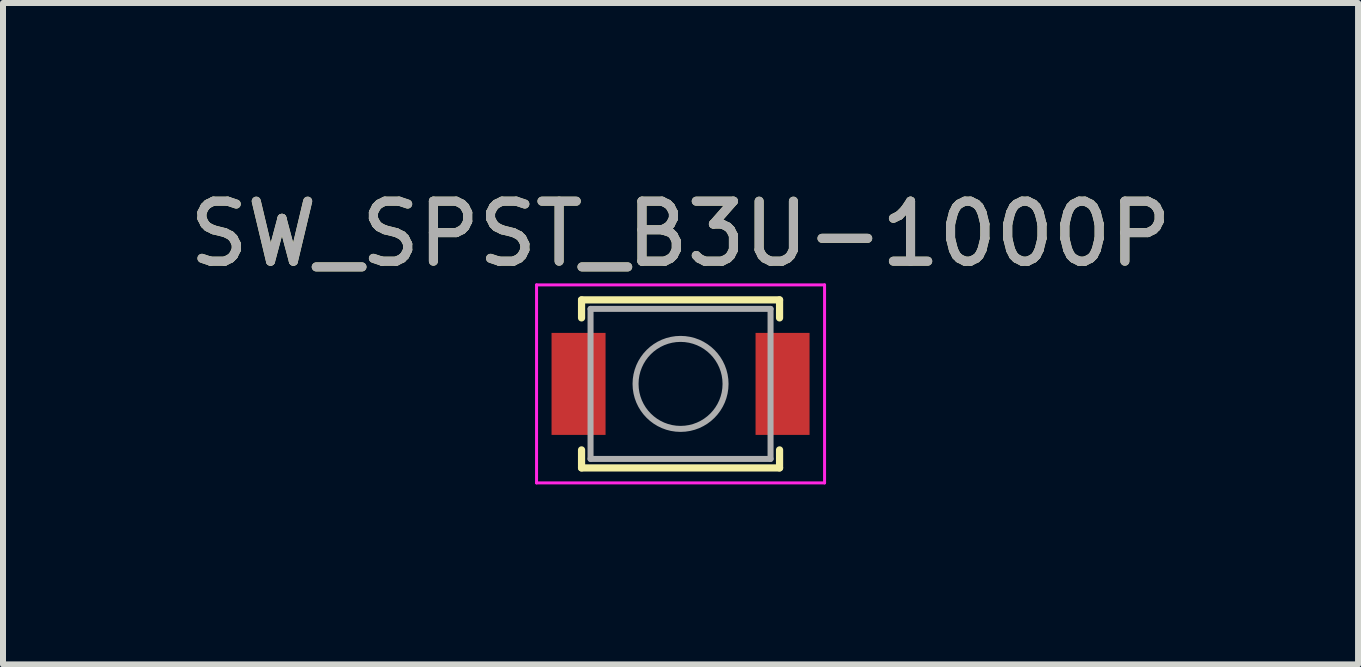
<source format=kicad_pcb>
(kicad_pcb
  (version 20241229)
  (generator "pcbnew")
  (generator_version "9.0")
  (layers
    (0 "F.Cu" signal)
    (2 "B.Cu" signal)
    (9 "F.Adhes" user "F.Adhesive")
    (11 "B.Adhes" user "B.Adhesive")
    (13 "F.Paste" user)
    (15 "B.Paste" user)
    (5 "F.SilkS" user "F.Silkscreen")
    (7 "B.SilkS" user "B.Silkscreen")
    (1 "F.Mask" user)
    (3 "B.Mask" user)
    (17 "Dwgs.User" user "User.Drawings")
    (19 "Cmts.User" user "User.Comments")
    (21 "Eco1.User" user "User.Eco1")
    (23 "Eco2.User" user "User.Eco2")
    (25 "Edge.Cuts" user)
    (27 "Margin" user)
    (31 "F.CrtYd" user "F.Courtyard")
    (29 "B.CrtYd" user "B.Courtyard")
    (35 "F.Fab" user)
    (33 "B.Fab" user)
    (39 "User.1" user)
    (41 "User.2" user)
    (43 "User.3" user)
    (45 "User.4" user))
  (footprint "SW_SPST_B3U-1000P"
    (layer "F.Cu")
    (at 8.292 3.348)
    (property "Reference" "SW_SPST_B3U-1000P" (at 0 -2.5 180) (layer "F.SilkS") (effects (font (size 1 1) (thickness 0.15))))
    (attr smd)
    (fp_line (start -1.65 -1.4) (end 1.65 -1.4) (stroke (width 0.12) (type solid)) (layer "F.SilkS"))
    (fp_line (start -1.65 -1.1) (end -1.65 -1.4) (stroke (width 0.12) (type solid)) (layer "F.SilkS"))
    (fp_line (start -1.65 1.1) (end -1.65 1.4) (stroke (width 0.12) (type solid)) (layer "F.SilkS"))
    (fp_line (start -1.65 1.4) (end 1.65 1.4) (stroke (width 0.12) (type solid)) (layer "F.SilkS"))
    (fp_line (start 1.65 -1.4) (end 1.65 -1.1) (stroke (width 0.12) (type solid)) (layer "F.SilkS"))
    (fp_line (start 1.65 1.4) (end 1.65 1.1) (stroke (width 0.12) (type solid)) (layer "F.SilkS"))
    (fp_line (start -2.4 -1.65) (end -2.4 1.65) (stroke (width 0.05) (type solid)) (layer "F.CrtYd"))
    (fp_line (start -2.4 1.65) (end 2.4 1.65) (stroke (width 0.05) (type solid)) (layer "F.CrtYd"))
    (fp_line (start 2.4 -1.65) (end -2.4 -1.65) (stroke (width 0.05) (type solid)) (layer "F.CrtYd"))
    (fp_line (start 2.4 1.65) (end 2.4 -1.65) (stroke (width 0.05) (type solid)) (layer "F.CrtYd"))
    (fp_line (start -1.5 -1.25) (end 1.5 -1.25) (stroke (width 0.1) (type solid)) (layer "F.Fab"))
    (fp_line (start -1.5 1.25) (end -1.5 -1.25) (stroke (width 0.1) (type solid)) (layer "F.Fab"))
    (fp_line (start 1.5 -1.25) (end 1.5 1.25) (stroke (width 0.1) (type solid)) (layer "F.Fab"))
    (fp_line (start 1.5 1.25) (end -1.5 1.25) (stroke (width 0.1) (type solid)) (layer "F.Fab"))
    (fp_circle (center 0 0) (end 0.75 0) (stroke (width 0.1) (type solid)) (fill no) (layer "F.Fab"))
    (fp_text user "${REFERENCE}" (at 0 -2.5 180) (layer "F.Fab") (effects (font (size 1 1) (thickness 0.15))))
    (pad "1" smd rect (at -1.7 0) (size 0.9 1.7) (layers "F.Cu" "F.Mask" "F.Paste"))
    (pad "2" smd rect (at 1.7 0) (size 0.9 1.7) (layers "F.Cu" "F.Mask" "F.Paste")))
  (gr_rect
    (start -3 -3)
    (end 19.583 8.023)
    (stroke (width 0.1) (type default))
    (fill no)
    (layer "Edge.Cuts")))
</source>
